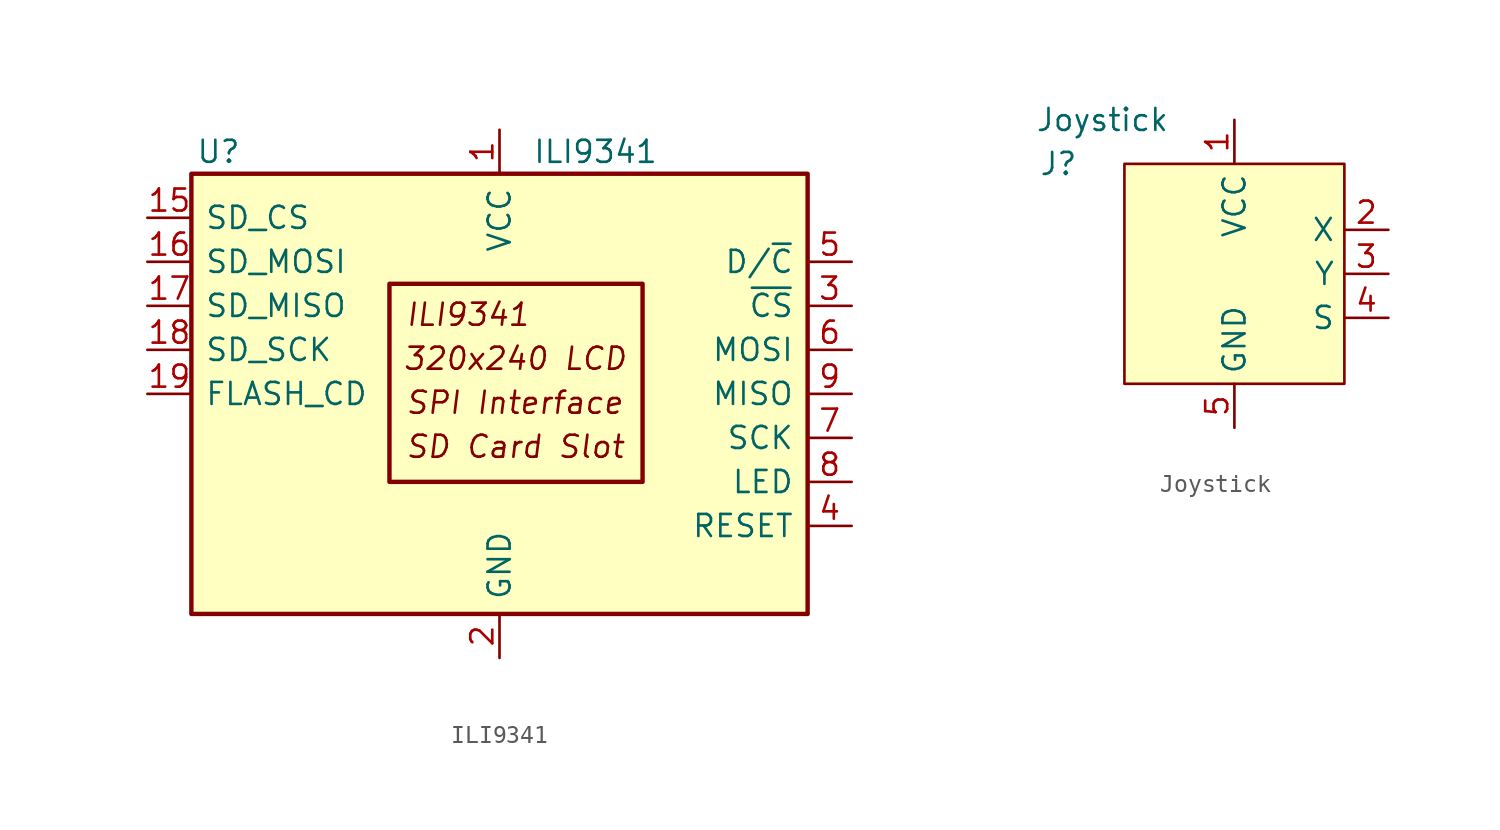
<source format=kicad_sym>
(kicad_symbol_lib
  (version 20211014)
  (generator kicad_symbol_editor)
  (symbol "ILI9341"
    (pin_names
      (offset 0.762))
    (property "Reference" "U"
      (at -17.526 13.97 0)
      (effects (font (size 1.27 1.27)) (justify left)))
    (property "Value" "ILI9341"
      (at 1.905 13.97 0)
      (effects (font (size 1.27 1.27)) (justify left)))
    (symbol "ILI9341_0_0"
      (text "320x240 LCD" (at 0.889 2.032 0) (effects (font (size 1.27 1.27) italic)))
      (text "ILI9341" (at -5.461 4.572 0) (effects (font (size 1.27 1.27) italic) (justify left)))
      (text "SD Card Slot" (at -5.461 -3.048 0) (effects (font (size 1.27 1.27) italic) (justify left)))
      (text "SPI Interface" (at -5.461 -0.508 0) (effects (font (size 1.27 1.27) italic) (justify left))))
    (symbol "ILI9341_0_1"
      (rectangle (start -17.78 12.7) (end 17.78 -12.7) (stroke (width 0.254) (type default) (color 0 0 0 0)) (fill (type background)))
      (rectangle (start -6.35 6.35) (end 8.255 -5.08) (stroke (width 0.254) (type default) (color 0 0 0 0)) (fill (type none))))
    (symbol "ILI9341_1_1"
      (pin power_in line (at 0 15.24 270) (length 2.54) (name "VCC" (effects (font (size 1.27 1.27)))) (number "1" (effects (font (size 1.27 1.27)))))
      (pin input line (at -20.32 10.16 0) (length 2.54) (name "SD_CS" (effects (font (size 1.27 1.27)))) (number "15" (effects (font (size 1.27 1.27)))))
      (pin input line (at -20.32 7.62 0) (length 2.54) (name "SD_MOSI" (effects (font (size 1.27 1.27)))) (number "16" (effects (font (size 1.27 1.27)))))
      (pin output line (at -20.32 5.08 0) (length 2.54) (name "SD_MISO" (effects (font (size 1.27 1.27)))) (number "17" (effects (font (size 1.27 1.27)))))
      (pin input line (at -20.32 2.54 0) (length 2.54) (name "SD_SCK" (effects (font (size 1.27 1.27)))) (number "18" (effects (font (size 1.27 1.27)))))
      (pin input line (at -20.32 0 0) (length 2.54) (name "FLASH_CD" (effects (font (size 1.27 1.27)))) (number "19" (effects (font (size 1.27 1.27)))))
      (pin power_in line (at 0 -15.24 90) (length 2.54) (name "GND" (effects (font (size 1.27 1.27)))) (number "2" (effects (font (size 1.27 1.27)))))
      (pin input line (at 20.32 5.08 180) (length 2.54) (name "~{CS}" (effects (font (size 1.27 1.27)))) (number "3" (effects (font (size 1.27 1.27)))))
      (pin input line (at 20.32 -7.62 180) (length 2.54) (name "RESET" (effects (font (size 1.27 1.27)))) (number "4" (effects (font (size 1.27 1.27)))))
      (pin input line (at 20.32 7.62 180) (length 2.54) (name "D/~{C}" (effects (font (size 1.27 1.27)))) (number "5" (effects (font (size 1.27 1.27)))))
      (pin input line (at 20.32 2.54 180) (length 2.54) (name "MOSI" (effects (font (size 1.27 1.27)))) (number "6" (effects (font (size 1.27 1.27)))))
      (pin input line (at 20.32 -2.54 180) (length 2.54) (name "SCK" (effects (font (size 1.27 1.27)))) (number "7" (effects (font (size 1.27 1.27)))))
      (pin input line (at 20.32 -5.08 180) (length 2.54) (name "LED" (effects (font (size 1.27 1.27)))) (number "8" (effects (font (size 1.27 1.27)))))
      (pin output line (at 20.32 0 180) (length 2.54) (name "MISO" (effects (font (size 1.27 1.27)))) (number "9" (effects (font (size 1.27 1.27)))))))
  (symbol "Joystick"
    (property "Reference" "J"
      (at -10.16 6.35 0)
      (effects (font (size 1.27 1.27))))
    (property "Value" "Joystick"
      (at -7.62 8.89 0)
      (effects (font (size 1.27 1.27))))
    (symbol "Joystick_0_1"
      (rectangle (start -6.35 6.35) (end 6.35 -6.35) (stroke (width 0) (type default) (color 0 0 0 0)) (fill (type background))))
    (symbol "Joystick_1_1"
      (pin power_in line (at 0 8.89 270) (length 2.54) (name "VCC" (effects (font (size 1.27 1.27)))) (number "1" (effects (font (size 1.27 1.27)))))
      (pin output line (at 8.89 2.54 180) (length 2.54) (name "X" (effects (font (size 1.27 1.27)))) (number "2" (effects (font (size 1.27 1.27)))))
      (pin output line (at 8.89 0 180) (length 2.54) (name "Y" (effects (font (size 1.27 1.27)))) (number "3" (effects (font (size 1.27 1.27)))))
      (pin output line (at 8.89 -2.54 180) (length 2.54) (name "S" (effects (font (size 1.27 1.27)))) (number "4" (effects (font (size 1.27 1.27)))))
      (pin power_out line (at 0 -8.89 90) (length 2.54) (name "GND" (effects (font (size 1.27 1.27)))) (number "5" (effects (font (size 1.27 1.27))))))))
</source>
